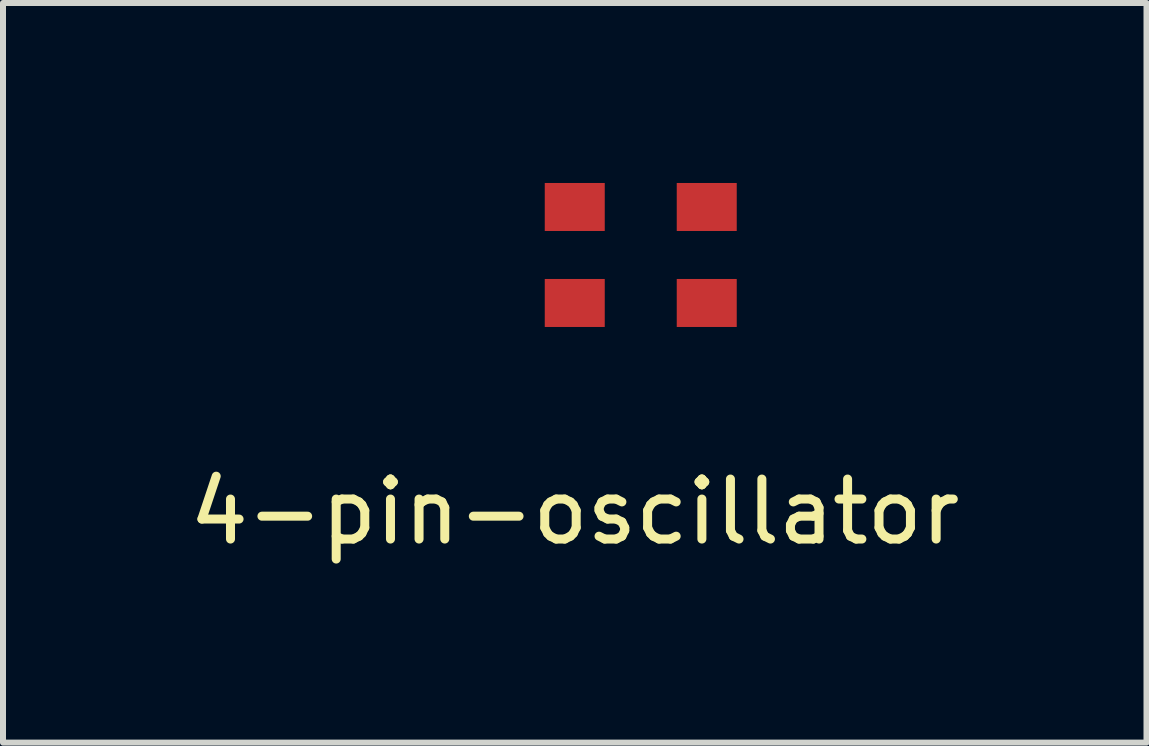
<source format=kicad_pcb>
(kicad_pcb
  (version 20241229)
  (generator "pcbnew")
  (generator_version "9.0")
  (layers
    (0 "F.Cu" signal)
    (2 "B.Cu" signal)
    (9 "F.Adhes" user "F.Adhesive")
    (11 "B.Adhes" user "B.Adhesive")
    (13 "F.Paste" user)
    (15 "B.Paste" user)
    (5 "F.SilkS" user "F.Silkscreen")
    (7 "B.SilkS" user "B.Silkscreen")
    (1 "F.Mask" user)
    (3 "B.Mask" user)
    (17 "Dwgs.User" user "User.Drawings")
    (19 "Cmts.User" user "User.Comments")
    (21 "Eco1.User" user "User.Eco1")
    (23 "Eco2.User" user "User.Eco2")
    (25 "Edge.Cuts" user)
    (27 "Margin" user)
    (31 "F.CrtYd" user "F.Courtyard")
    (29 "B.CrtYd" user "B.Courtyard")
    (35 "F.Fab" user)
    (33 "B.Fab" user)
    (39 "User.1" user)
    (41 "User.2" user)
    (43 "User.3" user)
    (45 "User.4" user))
  (footprint "4-pin-oscillator"
    (layer "F.Cu")
    (at 6.53 0.4)
    (property "Reference" "4-pin-oscillator" (at 0 5.08 0) (layer "F.SilkS") (effects (font (size 1 1) (thickness 0.15))))
    (attr through_hole)
    (pad "1" smd rect (at 2.2 0) (size 1 0.8) (layers "F.Cu" "F.Mask" "F.Paste"))
    (pad "2" smd rect (at 0 0) (size 1 0.8) (layers "F.Cu" "F.Mask" "F.Paste"))
    (pad "3" smd rect (at 0 1.6) (size 1 0.8) (layers "F.Cu" "F.Mask" "F.Paste"))
    (pad "4" smd rect (at 2.2 1.6) (size 1 0.8) (layers "F.Cu" "F.Mask" "F.Paste")))
  (gr_rect
    (start -3 -3)
    (end 16.06 9.328)
    (stroke (width 0.1) (type default))
    (fill no)
    (layer "Edge.Cuts")))
</source>
